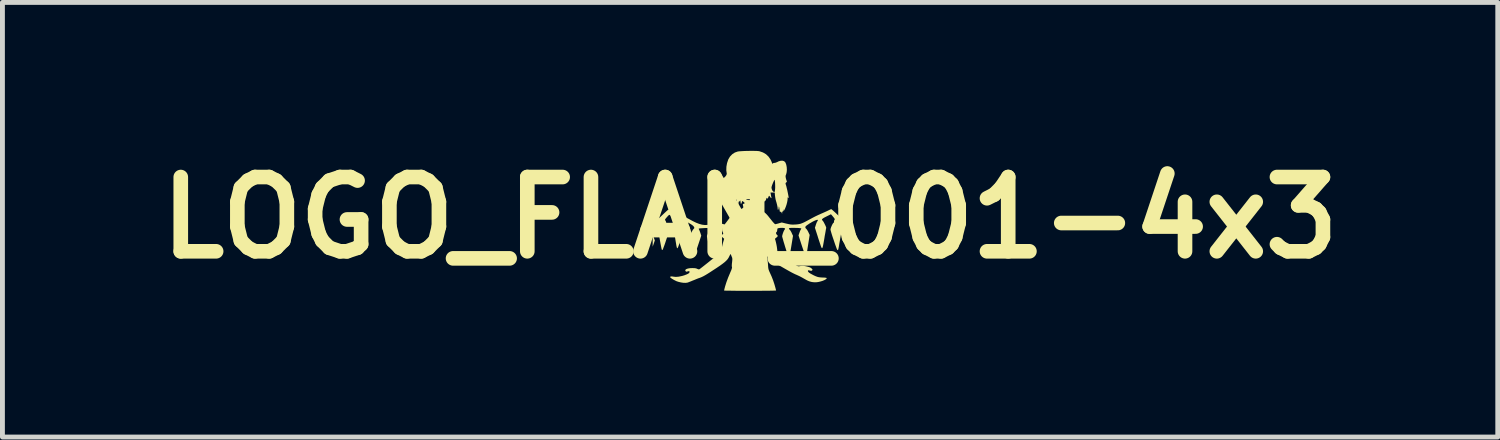
<source format=kicad_pcb>
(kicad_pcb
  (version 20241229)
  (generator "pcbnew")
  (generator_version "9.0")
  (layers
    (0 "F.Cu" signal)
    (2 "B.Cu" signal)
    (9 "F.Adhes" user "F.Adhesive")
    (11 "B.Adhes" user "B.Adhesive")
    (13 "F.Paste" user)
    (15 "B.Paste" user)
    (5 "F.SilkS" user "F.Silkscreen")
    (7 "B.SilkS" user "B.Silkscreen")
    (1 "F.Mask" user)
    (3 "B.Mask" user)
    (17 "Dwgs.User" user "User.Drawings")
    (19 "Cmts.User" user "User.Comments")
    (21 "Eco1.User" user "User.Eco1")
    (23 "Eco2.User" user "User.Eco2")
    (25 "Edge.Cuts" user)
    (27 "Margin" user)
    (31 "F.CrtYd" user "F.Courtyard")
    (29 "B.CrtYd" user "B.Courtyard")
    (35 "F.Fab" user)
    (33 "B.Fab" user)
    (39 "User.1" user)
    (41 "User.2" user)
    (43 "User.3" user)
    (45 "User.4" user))
  (footprint "LOGO_FLAN_001-4x3"
    (layer "F.Cu")
    (at 12.344 1.418)
    (property "Reference" "LOGO_FLAN_001-4x3" (at 0 0 0) (layer "F.SilkS") (effects (font (size 1.524 1.524) (thickness 0.3))))
    (attr through_hole)
    (fp_poly (pts (xy -1.977 0.402) (xy -1.955 0.467) (xy -1.977 0.532) (xy -1.999 0.596) (xy -1.999 0.467) (xy -1.999 0.338)) (stroke (width 0) (type solid)) (fill yes) (layer "F.SilkS"))
    (fp_poly (pts (xy 1.998 0.398) (xy 1.999 0.44) (xy 1.999 0.484) (xy 1.998 0.515) (xy 1.996 0.571) (xy 1.982 0.534) (xy 1.97 0.499) (xy 1.964 0.474) (xy 1.963 0.451) (xy 1.968 0.426) (xy 1.977 0.398) (xy 1.996 0.338)) (stroke (width 0) (type solid)) (fill yes) (layer "F.SilkS"))
    (fp_poly (pts (xy 0.09 -1.371) (xy 0.137 -1.37) (xy 0.173 -1.367) (xy 0.192 -1.364) (xy 0.265 -1.339) (xy 0.328 -1.302) (xy 0.38 -1.252) (xy 0.421 -1.191) (xy 0.425 -1.182) (xy 0.438 -1.154) (xy 0.447 -1.132) (xy 0.45 -1.119) (xy 0.45 -1.119) (xy 0.455 -1.11) (xy 0.466 -1.111) (xy 0.471 -1.117) (xy 0.482 -1.123) (xy 0.502 -1.125) (xy 0.503 -1.125) (xy 0.528 -1.13) (xy 0.554 -1.141) (xy 0.557 -1.142) (xy 0.582 -1.155) (xy 0.614 -1.165) (xy 0.625 -1.168) (xy 0.666 -1.17) (xy 0.7 -1.159) (xy 0.724 -1.134) (xy 0.728 -1.127) (xy 0.743 -1.086) (xy 0.752 -1.037) (xy 0.755 -0.984) (xy 0.751 -0.935) (xy 0.741 -0.893) (xy 0.736 -0.881) (xy 0.729 -0.862) (xy 0.729 -0.84) (xy 0.733 -0.816) (xy 0.74 -0.788) (xy 0.748 -0.764) (xy 0.751 -0.756) (xy 0.756 -0.742) (xy 0.748 -0.729) (xy 0.742 -0.724) (xy 0.731 -0.714) (xy 0.728 -0.704) (xy 0.73 -0.689) (xy 0.737 -0.669) (xy 0.744 -0.645) (xy 0.752 -0.611) (xy 0.762 -0.571) (xy 0.771 -0.528) (xy 0.779 -0.487) (xy 0.786 -0.451) (xy 0.791 -0.424) (xy 0.792 -0.413) (xy 0.791 -0.402) (xy 0.786 -0.405) (xy 0.781 -0.412) (xy 0.775 -0.418) (xy 0.771 -0.414) (xy 0.77 -0.397) (xy 0.77 -0.382) (xy 0.767 -0.351) (xy 0.759 -0.31) (xy 0.747 -0.265) (xy 0.732 -0.222) (xy 0.717 -0.185) (xy 0.707 -0.165) (xy 0.696 -0.146) (xy 0.691 -0.132) (xy 0.688 -0.132) (xy 0.685 -0.144) (xy 0.683 -0.15) (xy 0.677 -0.179) (xy 0.676 -0.152) (xy 0.673 -0.134) (xy 0.667 -0.125) (xy 0.667 -0.125) (xy 0.66 -0.118) (xy 0.658 -0.102) (xy 0.658 -0.079) (xy 0.648 -0.103) (xy 0.636 -0.122) (xy 0.625 -0.125) (xy 0.616 -0.116) (xy 0.613 -0.119) (xy 0.609 -0.135) (xy 0.605 -0.161) (xy 0.604 -0.166) (xy 0.6 -0.198) (xy 0.596 -0.22) (xy 0.592 -0.229) (xy 0.588 -0.224) (xy 0.587 -0.203) (xy 0.584 -0.182) (xy 0.579 -0.167) (xy 0.572 -0.162) (xy 0.568 -0.168) (xy 0.567 -0.181) (xy 0.564 -0.216) (xy 0.555 -0.261) (xy 0.542 -0.311) (xy 0.532 -0.344) (xy 0.523 -0.378) (xy 0.516 -0.419) (xy 0.511 -0.454) (xy 0.506 -0.517) (xy 0.419 -0.517) (xy 0.426 -0.477) (xy 0.431 -0.449) (xy 0.436 -0.425) (xy 0.438 -0.419) (xy 0.439 -0.403) (xy 0.433 -0.402) (xy 0.42 -0.414) (xy 0.412 -0.425) (xy 0.4 -0.442) (xy 0.391 -0.45) (xy 0.39 -0.45) (xy 0.384 -0.443) (xy 0.377 -0.426) (xy 0.375 -0.421) (xy 0.367 -0.402) (xy 0.358 -0.392) (xy 0.351 -0.393) (xy 0.35 -0.4) (xy 0.347 -0.409) (xy 0.341 -0.406) (xy 0.333 -0.392) (xy 0.329 -0.377) (xy 0.322 -0.358) (xy 0.315 -0.349) (xy 0.313 -0.349) (xy 0.304 -0.344) (xy 0.299 -0.336) (xy 0.294 -0.327) (xy 0.29 -0.332) (xy 0.287 -0.34) (xy 0.279 -0.356) (xy 0.271 -0.355) (xy 0.263 -0.338) (xy 0.258 -0.323) (xy 0.251 -0.296) (xy 0.243 -0.271) (xy 0.242 -0.267) (xy 0.237 -0.255) (xy 0.235 -0.257) (xy 0.234 -0.274) (xy 0.233 -0.279) (xy 0.232 -0.313) (xy 0.221 -0.279) (xy 0.211 -0.246) (xy 0.207 -0.292) (xy 0.204 -0.338) (xy 0.19 -0.313) (xy 0.181 -0.299) (xy 0.175 -0.298) (xy 0.175 -0.3) (xy 0.173 -0.307) (xy 0.166 -0.301) (xy 0.163 -0.298) (xy 0.152 -0.289) (xy 0.144 -0.295) (xy 0.142 -0.314) (xy 0.14 -0.326) (xy 0.132 -0.328) (xy 0.117 -0.324) (xy 0.101 -0.314) (xy 0.092 -0.302) (xy 0.091 -0.291) (xy 0.099 -0.286) (xy 0.108 -0.288) (xy 0.124 -0.287) (xy 0.131 -0.274) (xy 0.129 -0.25) (xy 0.126 -0.241) (xy 0.121 -0.216) (xy 0.125 -0.204) (xy 0.136 -0.196) (xy 0.158 -0.184) (xy 0.188 -0.167) (xy 0.22 -0.151) (xy 0.251 -0.136) (xy 0.277 -0.122) (xy 0.298 -0.107) (xy 0.319 -0.09) (xy 0.34 -0.069) (xy 0.365 -0.041) (xy 0.395 -0.003) (xy 0.433 0.044) (xy 0.459 0.077) (xy 0.483 0.104) (xy 0.502 0.124) (xy 0.514 0.133) (xy 0.516 0.133) (xy 0.53 0.131) (xy 0.555 0.125) (xy 0.586 0.117) (xy 0.59 0.115) (xy 0.65 0.098) (xy 0.744 0.121) (xy 0.789 0.131) (xy 0.825 0.138) (xy 0.859 0.141) (xy 0.896 0.141) (xy 0.925 0.14) (xy 0.965 0.137) (xy 1 0.132) (xy 1.034 0.125) (xy 1.069 0.112) (xy 1.109 0.095) (xy 1.155 0.071) (xy 1.213 0.04) (xy 1.231 0.03) (xy 1.281 0.003) (xy 1.337 -0.026) (xy 1.393 -0.053) (xy 1.441 -0.074) (xy 1.444 -0.076) (xy 1.488 -0.095) (xy 1.533 -0.115) (xy 1.573 -0.133) (xy 1.602 -0.147) (xy 1.63 -0.161) (xy 1.653 -0.171) (xy 1.666 -0.175) (xy 1.667 -0.175) (xy 1.676 -0.17) (xy 1.694 -0.154) (xy 1.72 -0.131) (xy 1.752 -0.102) (xy 1.782 -0.073) (xy 1.822 -0.036) (xy 1.862 0.001) (xy 1.899 0.033) (xy 1.93 0.059) (xy 1.944 0.071) (xy 2 0.113) (xy 2 0.182) (xy 2 0.207) (xy 1.999 0.225) (xy 1.996 0.236) (xy 1.988 0.24) (xy 1.975 0.236) (xy 1.955 0.223) (xy 1.926 0.202) (xy 1.886 0.172) (xy 1.843 0.138) (xy 1.833 0.13) (xy 1.829 0.13) (xy 1.832 0.14) (xy 1.843 0.16) (xy 1.853 0.178) (xy 1.884 0.235) (xy 1.859 0.378) (xy 1.849 0.431) (xy 1.84 0.485) (xy 1.831 0.533) (xy 1.825 0.573) (xy 1.822 0.59) (xy 1.816 0.623) (xy 1.81 0.648) (xy 1.805 0.663) (xy 1.804 0.665) (xy 1.796 0.664) (xy 1.787 0.655) (xy 1.781 0.643) (xy 1.771 0.617) (xy 1.758 0.581) (xy 1.742 0.537) (xy 1.726 0.489) (xy 1.709 0.438) (xy 1.692 0.389) (xy 1.677 0.342) (xy 1.665 0.302) (xy 1.656 0.27) (xy 1.651 0.251) (xy 1.65 0.246) (xy 1.653 0.225) (xy 1.662 0.197) (xy 1.675 0.166) (xy 1.689 0.137) (xy 1.701 0.116) (xy 1.71 0.108) (xy 1.722 0.094) (xy 1.722 0.081) (xy 1.724 0.06) (xy 1.731 0.048) (xy 1.737 0.039) (xy 1.738 0.029) (xy 1.732 0.016) (xy 1.717 -0.004) (xy 1.693 -0.033) (xy 1.689 -0.038) (xy 1.66 -0.071) (xy 1.567 -0.025) (xy 1.524 -0.003) (xy 1.496 0.014) (xy 1.48 0.028) (xy 1.475 0.04) (xy 1.481 0.052) (xy 1.488 0.059) (xy 1.499 0.072) (xy 1.513 0.095) (xy 1.528 0.124) (xy 1.543 0.154) (xy 1.555 0.181) (xy 1.562 0.202) (xy 1.563 0.21) (xy 1.56 0.221) (xy 1.555 0.246) (xy 1.549 0.283) (xy 1.541 0.328) (xy 1.531 0.381) (xy 1.526 0.415) (xy 1.515 0.479) (xy 1.506 0.529) (xy 1.499 0.566) (xy 1.493 0.592) (xy 1.488 0.609) (xy 1.484 0.619) (xy 1.48 0.624) (xy 1.475 0.625) (xy 1.475 0.625) (xy 1.472 0.624) (xy 1.468 0.618) (xy 1.463 0.607) (xy 1.455 0.589) (xy 1.446 0.562) (xy 1.433 0.524) (xy 1.417 0.475) (xy 1.396 0.411) (xy 1.387 0.381) (xy 1.331 0.207) (xy 1.35 0.145) (xy 1.361 0.114) (xy 1.371 0.089) (xy 1.38 0.075) (xy 1.381 0.074) (xy 1.39 0.06) (xy 1.39 0.048) (xy 1.381 0.042) (xy 1.381 0.042) (xy 1.361 0.047) (xy 1.33 0.059) (xy 1.292 0.077) (xy 1.252 0.1) (xy 1.211 0.124) (xy 1.205 0.129) (xy 1.171 0.152) (xy 1.149 0.169) (xy 1.137 0.183) (xy 1.133 0.194) (xy 1.133 0.196) (xy 1.14 0.216) (xy 1.15 0.225) (xy 1.161 0.237) (xy 1.176 0.259) (xy 1.192 0.288) (xy 1.195 0.294) (xy 1.223 0.354) (xy 1.191 0.556) (xy 1.18 0.626) (xy 1.172 0.68) (xy 1.165 0.722) (xy 1.159 0.751) (xy 1.154 0.771) (xy 1.15 0.783) (xy 1.146 0.787) (xy 1.142 0.787) (xy 1.138 0.783) (xy 1.138 0.782) (xy 1.132 0.772) (xy 1.122 0.747) (xy 1.109 0.711) (xy 1.094 0.667) (xy 1.076 0.615) (xy 1.06 0.567) (xy 0.994 0.363) (xy 1.014 0.305) (xy 1.025 0.275) (xy 1.037 0.249) (xy 1.046 0.234) (xy 1.046 0.233) (xy 1.052 0.224) (xy 1.049 0.219) (xy 1.033 0.216) (xy 1.02 0.214) (xy 0.995 0.211) (xy 0.959 0.21) (xy 0.917 0.209) (xy 0.891 0.208) (xy 0.85 0.209) (xy 0.822 0.21) (xy 0.806 0.214) (xy 0.798 0.219) (xy 0.797 0.221) (xy 0.8 0.234) (xy 0.809 0.242) (xy 0.82 0.254) (xy 0.835 0.276) (xy 0.851 0.305) (xy 0.853 0.312) (xy 0.881 0.372) (xy 0.846 0.586) (xy 0.834 0.658) (xy 0.824 0.715) (xy 0.816 0.758) (xy 0.808 0.788) (xy 0.802 0.807) (xy 0.796 0.814) (xy 0.791 0.813) (xy 0.788 0.81) (xy 0.784 0.799) (xy 0.776 0.775) (xy 0.765 0.74) (xy 0.751 0.698) (xy 0.736 0.649) (xy 0.72 0.599) (xy 0.705 0.548) (xy 0.69 0.5) (xy 0.678 0.457) (xy 0.668 0.422) (xy 0.661 0.397) (xy 0.658 0.386) (xy 0.658 0.386) (xy 0.661 0.364) (xy 0.669 0.334) (xy 0.68 0.302) (xy 0.692 0.273) (xy 0.703 0.252) (xy 0.708 0.246) (xy 0.719 0.23) (xy 0.715 0.219) (xy 0.695 0.211) (xy 0.661 0.208) (xy 0.658 0.208) (xy 0.626 0.209) (xy 0.597 0.212) (xy 0.584 0.214) (xy 0.567 0.219) (xy 0.56 0.229) (xy 0.558 0.25) (xy 0.553 0.28) (xy 0.543 0.295) (xy 0.532 0.307) (xy 0.532 0.318) (xy 0.539 0.334) (xy 0.549 0.351) (xy 0.558 0.358) (xy 0.559 0.358) (xy 0.565 0.365) (xy 0.567 0.375) (xy 0.559 0.392) (xy 0.538 0.409) (xy 0.537 0.41) (xy 0.517 0.425) (xy 0.512 0.438) (xy 0.512 0.439) (xy 0.522 0.47) (xy 0.532 0.511) (xy 0.542 0.557) (xy 0.55 0.602) (xy 0.555 0.641) (xy 0.556 0.649) (xy 0.559 0.681) (xy 0.563 0.701) (xy 0.57 0.714) (xy 0.581 0.722) (xy 0.583 0.723) (xy 0.618 0.746) (xy 0.664 0.777) (xy 0.715 0.812) (xy 0.77 0.851) (xy 0.821 0.888) (xy 0.87 0.925) (xy 0.908 0.952) (xy 0.937 0.972) (xy 0.959 0.986) (xy 0.976 0.993) (xy 0.99 0.997) (xy 1.005 0.997) (xy 1.021 0.994) (xy 1.032 0.992) (xy 1.065 0.988) (xy 1.095 0.988) (xy 1.131 0.994) (xy 1.143 0.996) (xy 1.187 1.007) (xy 1.219 1.016) (xy 1.241 1.026) (xy 1.258 1.038) (xy 1.267 1.047) (xy 1.28 1.062) (xy 1.281 1.071) (xy 1.273 1.081) (xy 1.261 1.09) (xy 1.248 1.09) (xy 1.228 1.085) (xy 1.202 1.079) (xy 1.188 1.083) (xy 1.187 1.097) (xy 1.195 1.112) (xy 1.209 1.126) (xy 1.235 1.144) (xy 1.269 1.163) (xy 1.307 1.183) (xy 1.344 1.2) (xy 1.379 1.213) (xy 1.392 1.217) (xy 1.418 1.222) (xy 1.454 1.226) (xy 1.493 1.228) (xy 1.499 1.228) (xy 1.539 1.23) (xy 1.564 1.234) (xy 1.573 1.24) (xy 1.569 1.252) (xy 1.551 1.266) (xy 1.524 1.281) (xy 1.489 1.296) (xy 1.449 1.308) (xy 1.408 1.318) (xy 1.369 1.324) (xy 1.346 1.325) (xy 1.297 1.324) (xy 1.255 1.317) (xy 1.214 1.305) (xy 1.17 1.286) (xy 1.118 1.257) (xy 1.109 1.252) (xy 1.067 1.228) (xy 1.024 1.205) (xy 0.984 1.186) (xy 0.953 1.172) (xy 0.927 1.161) (xy 0.894 1.145) (xy 0.853 1.124) (xy 0.802 1.096) (xy 0.74 1.061) (xy 0.667 1.019) (xy 0.595 0.978) (xy 0.534 0.939) (xy 0.482 0.901) (xy 0.442 0.865) (xy 0.416 0.833) (xy 0.406 0.814) (xy 0.399 0.81) (xy 0.389 0.816) (xy 0.378 0.822) (xy 0.371 0.815) (xy 0.368 0.808) (xy 0.361 0.795) (xy 0.357 0.796) (xy 0.355 0.81) (xy 0.355 0.836) (xy 0.359 0.87) (xy 0.359 0.872) (xy 0.364 0.914) (xy 0.368 0.96) (xy 0.37 0.996) (xy 0.373 1.031) (xy 0.379 1.061) (xy 0.391 1.094) (xy 0.403 1.121) (xy 0.442 1.207) (xy 0.473 1.286) (xy 0.499 1.365) (xy 0.509 1.399) (xy 0.519 1.435) (xy 0.527 1.465) (xy 0.532 1.486) (xy 0.533 1.494) (xy 0.525 1.495) (xy 0.502 1.496) (xy 0.465 1.497) (xy 0.415 1.498) (xy 0.354 1.499) (xy 0.284 1.499) (xy 0.205 1.5) (xy 0.119 1.5) (xy 0.028 1.5) (xy 0 1.5) (xy -0.093 1.5) (xy -0.18 1.5) (xy -0.261 1.5) (xy -0.334 1.499) (xy -0.398 1.498) (xy -0.451 1.498) (xy -0.492 1.497) (xy -0.52 1.496) (xy -0.533 1.495) (xy -0.533 1.494) (xy -0.531 1.484) (xy -0.526 1.461) (xy -0.518 1.431) (xy -0.513 1.411) (xy -0.486 1.325) (xy -0.451 1.23) (xy -0.41 1.133) (xy -0.407 1.125) (xy -0.387 1.08) (xy -0.375 1.044) (xy -0.37 1.019) (xy -0.373 1.006) (xy -0.374 1.005) (xy -0.375 0.996) (xy -0.375 0.974) (xy -0.373 0.943) (xy -0.37 0.92) (xy -0.366 0.879) (xy -0.364 0.851) (xy -0.366 0.831) (xy -0.37 0.814) (xy -0.373 0.809) (xy -0.383 0.783) (xy -0.393 0.76) (xy -0.393 0.759) (xy -0.398 0.749) (xy -0.403 0.747) (xy -0.409 0.757) (xy -0.42 0.779) (xy -0.425 0.789) (xy -0.441 0.821) (xy -0.461 0.851) (xy -0.487 0.88) (xy -0.519 0.91) (xy -0.561 0.943) (xy -0.613 0.981) (xy -0.678 1.025) (xy -0.682 1.028) (xy -0.759 1.078) (xy -0.823 1.12) (xy -0.877 1.154) (xy -0.922 1.181) (xy -0.96 1.202) (xy -0.993 1.218) (xy -1.022 1.23) (xy -1.033 1.234) (xy -1.065 1.245) (xy -1.105 1.261) (xy -1.148 1.279) (xy -1.172 1.288) (xy -1.21 1.304) (xy -1.246 1.318) (xy -1.275 1.329) (xy -1.289 1.333) (xy -1.324 1.337) (xy -1.37 1.336) (xy -1.421 1.328) (xy -1.471 1.316) (xy -1.51 1.303) (xy -1.543 1.287) (xy -1.576 1.269) (xy -1.606 1.251) (xy -1.628 1.234) (xy -1.64 1.222) (xy -1.642 1.218) (xy -1.634 1.208) (xy -1.613 1.205) (xy -1.58 1.208) (xy -1.574 1.21) (xy -1.522 1.215) (xy -1.463 1.21) (xy -1.393 1.195) (xy -1.352 1.183) (xy -1.302 1.164) (xy -1.267 1.147) (xy -1.248 1.13) (xy -1.242 1.113) (xy -1.246 1.099) (xy -1.261 1.097) (xy -1.282 1.102) (xy -1.302 1.108) (xy -1.315 1.105) (xy -1.321 1.099) (xy -1.331 1.082) (xy -1.325 1.067) (xy -1.306 1.053) (xy -1.275 1.043) (xy -1.234 1.036) (xy -1.187 1.034) (xy -1.144 1.035) (xy -1.113 1.039) (xy -1.089 1.047) (xy -1.085 1.05) (xy -1.061 1.059) (xy -1.045 1.06) (xy -1.037 1.056) (xy -1.027 1.049) (xy -1.005 1.032) (xy -0.974 1.008) (xy -0.936 0.978) (xy -0.893 0.944) (xy -0.85 0.91) (xy -0.802 0.871) (xy -0.755 0.835) (xy -0.713 0.802) (xy -0.677 0.775) (xy -0.651 0.755) (xy -0.637 0.745) (xy -0.594 0.718) (xy -0.585 0.648) (xy -0.577 0.605) (xy -0.566 0.555) (xy -0.555 0.51) (xy -0.553 0.505) (xy -0.532 0.432) (xy -0.562 0.407) (xy -0.583 0.388) (xy -0.59 0.373) (xy -0.584 0.359) (xy -0.569 0.345) (xy -0.554 0.332) (xy -0.551 0.321) (xy -0.557 0.306) (xy -0.56 0.3) (xy -0.571 0.273) (xy -0.575 0.246) (xy -0.575 0.219) (xy -0.627 0.213) (xy -0.672 0.211) (xy -0.705 0.213) (xy -0.723 0.221) (xy -0.728 0.232) (xy -0.716 0.248) (xy -0.716 0.249) (xy -0.705 0.265) (xy -0.691 0.292) (xy -0.679 0.323) (xy -0.679 0.325) (xy -0.659 0.384) (xy -0.717 0.58) (xy -0.733 0.635) (xy -0.748 0.685) (xy -0.761 0.727) (xy -0.772 0.761) (xy -0.779 0.782) (xy -0.781 0.788) (xy -0.787 0.795) (xy -0.792 0.794) (xy -0.798 0.786) (xy -0.804 0.767) (xy -0.812 0.738) (xy -0.822 0.696) (xy -0.834 0.64) (xy -0.846 0.578) (xy -0.886 0.376) (xy -0.863 0.321) (xy -0.848 0.29) (xy -0.832 0.263) (xy -0.818 0.246) (xy -0.798 0.227) (xy -0.816 0.217) (xy -0.832 0.213) (xy -0.858 0.211) (xy -0.897 0.211) (xy -0.94 0.213) (xy -0.988 0.216) (xy -1.021 0.218) (xy -1.042 0.221) (xy -1.053 0.225) (xy -1.055 0.229) (xy -1.051 0.236) (xy -1.051 0.236) (xy -1.045 0.249) (xy -1.035 0.272) (xy -1.024 0.302) (xy -1.022 0.307) (xy -1.002 0.368) (xy -1.068 0.566) (xy -1.09 0.632) (xy -1.107 0.683) (xy -1.121 0.722) (xy -1.132 0.75) (xy -1.14 0.769) (xy -1.146 0.779) (xy -1.15 0.783) (xy -1.154 0.782) (xy -1.156 0.781) (xy -1.159 0.771) (xy -1.164 0.747) (xy -1.171 0.711) (xy -1.18 0.666) (xy -1.189 0.613) (xy -1.197 0.568) (xy -1.231 0.363) (xy -1.204 0.303) (xy -1.189 0.273) (xy -1.174 0.248) (xy -1.161 0.233) (xy -1.16 0.232) (xy -1.145 0.215) (xy -1.147 0.194) (xy -1.165 0.17) (xy -1.187 0.152) (xy -1.213 0.134) (xy -1.247 0.114) (xy -1.283 0.094) (xy -1.319 0.076) (xy -1.351 0.061) (xy -1.375 0.052) (xy -1.385 0.05) (xy -1.398 0.055) (xy -1.398 0.068) (xy -1.389 0.083) (xy -1.38 0.097) (xy -1.37 0.122) (xy -1.359 0.152) (xy -1.359 0.153) (xy -1.34 0.209) (xy -1.404 0.398) (xy -1.428 0.467) (xy -1.447 0.522) (xy -1.462 0.563) (xy -1.473 0.593) (xy -1.482 0.613) (xy -1.488 0.624) (xy -1.494 0.627) (xy -1.498 0.623) (xy -1.502 0.615) (xy -1.504 0.611) (xy -1.507 0.597) (xy -1.513 0.57) (xy -1.519 0.531) (xy -1.527 0.486) (xy -1.535 0.436) (xy -1.543 0.385) (xy -1.551 0.335) (xy -1.557 0.289) (xy -1.563 0.252) (xy -1.566 0.224) (xy -1.567 0.212) (xy -1.562 0.184) (xy -1.549 0.149) (xy -1.53 0.112) (xy -1.508 0.079) (xy -1.503 0.072) (xy -1.49 0.054) (xy -1.483 0.04) (xy -1.483 0.038) (xy -1.49 0.031) (xy -1.51 0.018) (xy -1.538 0.002) (xy -1.572 -0.016) (xy -1.66 -0.06) (xy -1.681 -0.04) (xy -1.699 -0.021) (xy -1.72 0.003) (xy -1.727 0.011) (xy -1.741 0.03) (xy -1.746 0.042) (xy -1.743 0.052) (xy -1.738 0.057) (xy -1.728 0.076) (xy -1.725 0.089) (xy -1.719 0.107) (xy -1.709 0.12) (xy -1.698 0.136) (xy -1.685 0.163) (xy -1.673 0.195) (xy -1.663 0.226) (xy -1.658 0.25) (xy -1.658 0.254) (xy -1.661 0.266) (xy -1.668 0.292) (xy -1.679 0.328) (xy -1.693 0.371) (xy -1.709 0.419) (xy -1.726 0.469) (xy -1.742 0.518) (xy -1.758 0.564) (xy -1.773 0.603) (xy -1.784 0.634) (xy -1.792 0.653) (xy -1.794 0.657) (xy -1.805 0.663) (xy -1.81 0.66) (xy -1.813 0.65) (xy -1.819 0.627) (xy -1.826 0.592) (xy -1.834 0.55) (xy -1.843 0.502) (xy -1.852 0.452) (xy -1.861 0.401) (xy -1.869 0.354) (xy -1.876 0.313) (xy -1.881 0.28) (xy -1.883 0.258) (xy -1.883 0.254) (xy -1.88 0.234) (xy -1.87 0.208) (xy -1.863 0.192) (xy -1.851 0.168) (xy -1.843 0.152) (xy -1.842 0.146) (xy -1.848 0.149) (xy -1.864 0.16) (xy -1.886 0.178) (xy -1.896 0.185) (xy -1.925 0.208) (xy -1.952 0.228) (xy -1.972 0.242) (xy -1.975 0.244) (xy -2 0.26) (xy -2 0.12) (xy -1.96 0.091) (xy -1.942 0.076) (xy -1.914 0.052) (xy -1.88 0.021) (xy -1.842 -0.015) (xy -1.803 -0.052) (xy -1.766 -0.087) (xy -1.733 -0.118) (xy -1.706 -0.143) (xy -1.686 -0.16) (xy -1.676 -0.167) (xy -1.676 -0.167) (xy -1.664 -0.163) (xy -1.642 -0.154) (xy -1.619 -0.143) (xy -1.593 -0.131) (xy -1.556 -0.114) (xy -1.513 -0.095) (xy -1.468 -0.076) (xy -1.458 -0.071) (xy -1.408 -0.049) (xy -1.354 -0.024) (xy -1.302 0.002) (xy -1.259 0.025) (xy -1.258 0.025) (xy -1.177 0.069) (xy -1.107 0.103) (xy -1.044 0.127) (xy -0.986 0.143) (xy -0.93 0.15) (xy -0.874 0.148) (xy -0.814 0.14) (xy -0.749 0.124) (xy -0.713 0.113) (xy -0.692 0.107) (xy -0.674 0.105) (xy -0.654 0.106) (xy -0.628 0.111) (xy -0.597 0.119) (xy -0.523 0.138) (xy -0.497 0.106) (xy -0.481 0.085) (xy -0.459 0.056) (xy -0.434 0.022) (xy -0.416 -0.002) (xy -0.373 -0.057) (xy -0.329 -0.099) (xy -0.28 -0.132) (xy -0.225 -0.158) (xy -0.196 -0.171) (xy -0.169 -0.185) (xy -0.157 -0.193) (xy -0.143 -0.204) (xy -0.139 -0.216) (xy -0.142 -0.235) (xy -0.144 -0.242) (xy -0.149 -0.266) (xy -0.147 -0.279) (xy -0.136 -0.285) (xy -0.128 -0.287) (xy -0.113 -0.293) (xy -0.113 -0.305) (xy -0.128 -0.321) (xy -0.132 -0.324) (xy -0.152 -0.338) (xy -0.163 -0.341) (xy -0.167 -0.333) (xy -0.167 -0.327) (xy -0.171 -0.309) (xy -0.178 -0.293) (xy -0.185 -0.283) (xy -0.189 -0.283) (xy -0.192 -0.295) (xy -0.195 -0.318) (xy -0.199 -0.343) (xy -0.202 -0.354) (xy -0.206 -0.352) (xy -0.212 -0.343) (xy -0.221 -0.33) (xy -0.226 -0.333) (xy -0.227 -0.334) (xy -0.23 -0.334) (xy -0.234 -0.32) (xy -0.237 -0.305) (xy -0.243 -0.27) (xy -0.249 -0.249) (xy -0.253 -0.243) (xy -0.257 -0.253) (xy -0.258 -0.275) (xy -0.259 -0.301) (xy -0.26 -0.312) (xy -0.264 -0.31) (xy -0.27 -0.297) (xy -0.271 -0.296) (xy -0.282 -0.271) (xy -0.283 -0.292) (xy -0.287 -0.31) (xy -0.297 -0.313) (xy -0.31 -0.304) (xy -0.318 -0.288) (xy -0.323 -0.276) (xy -0.326 -0.274) (xy -0.329 -0.282) (xy -0.332 -0.304) (xy -0.335 -0.325) (xy -0.339 -0.356) (xy -0.339 -0.356) (xy -0.291 -0.356) (xy -0.289 -0.336) (xy -0.285 -0.326) (xy -0.283 -0.325) (xy -0.276 -0.332) (xy -0.276 -0.336) (xy -0.279 -0.351) (xy -0.283 -0.367) (xy -0.287 -0.378) (xy -0.081 -0.378) (xy -0.081 -0.374) (xy -0.072 -0.37) (xy -0.07 -0.369) (xy -0.047 -0.363) (xy -0.014 -0.361) (xy 0.02 -0.363) (xy 0.049 -0.368) (xy 0.062 -0.373) (xy 0.061 -0.376) (xy 0.044 -0.379) (xy 0.012 -0.38) (xy -0.01 -0.38) (xy -0.047 -0.38) (xy -0.07 -0.379) (xy -0.081 -0.378) (xy -0.287 -0.378) (xy -0.288 -0.378) (xy -0.29 -0.376) (xy -0.291 -0.359) (xy -0.291 -0.356) (xy -0.339 -0.356) (xy -0.344 -0.381) (xy -0.349 -0.394) (xy -0.35 -0.395) (xy -0.357 -0.397) (xy -0.358 -0.389) (xy -0.361 -0.376) (xy -0.368 -0.378) (xy -0.378 -0.395) (xy -0.386 -0.413) (xy -0.396 -0.434) (xy -0.405 -0.448) (xy -0.408 -0.45) (xy -0.416 -0.444) (xy -0.425 -0.429) (xy -0.435 -0.415) (xy -0.441 -0.415) (xy -0.443 -0.431) (xy -0.443 -0.46) (xy -0.441 -0.482) (xy -0.443 -0.494) (xy -0.45 -0.498) (xy -0.466 -0.495) (xy -0.495 -0.488) (xy -0.5 -0.486) (xy -0.511 -0.484) (xy -0.513 -0.487) (xy -0.505 -0.498) (xy -0.489 -0.516) (xy -0.463 -0.547) (xy -0.449 -0.57) (xy -0.446 -0.588) (xy -0.452 -0.604) (xy -0.455 -0.607) (xy -0.469 -0.624) (xy -0.484 -0.606) (xy -0.494 -0.595) (xy -0.503 -0.593) (xy -0.518 -0.602) (xy -0.522 -0.604) (xy -0.543 -0.619) (xy -0.551 -0.625) (xy 0.44 -0.625) (xy 0.44 -0.61) (xy 0.444 -0.593) (xy 0.446 -0.584) (xy 0.462 -0.55) (xy 0.485 -0.53) (xy 0.501 -0.526) (xy 0.505 -0.533) (xy 0.509 -0.553) (xy 0.513 -0.58) (xy 0.513 -0.581) (xy 0.515 -0.613) (xy 0.515 -0.651) (xy 0.514 -0.691) (xy 0.512 -0.728) (xy 0.508 -0.757) (xy 0.504 -0.775) (xy 0.503 -0.777) (xy 0.498 -0.774) (xy 0.489 -0.757) (xy 0.477 -0.731) (xy 0.466 -0.705) (xy 0.452 -0.668) (xy 0.444 -0.643) (xy 0.44 -0.625) (xy -0.551 -0.625) (xy -0.568 -0.638) (xy -0.595 -0.659) (xy -0.62 -0.68) (xy -0.639 -0.696) (xy -0.649 -0.707) (xy -0.65 -0.709) (xy -0.644 -0.718) (xy -0.633 -0.729) (xy -0.621 -0.749) (xy -0.617 -0.767) (xy -0.615 -0.782) (xy -0.605 -0.79) (xy -0.585 -0.795) (xy -0.558 -0.805) (xy -0.531 -0.823) (xy -0.506 -0.847) (xy -0.488 -0.873) (xy -0.479 -0.896) (xy -0.479 -0.907) (xy -0.488 -0.973) (xy -0.486 -1.046) (xy -0.473 -1.119) (xy -0.45 -1.188) (xy -0.447 -1.197) (xy -0.412 -1.255) (xy -0.366 -1.303) (xy -0.312 -1.338) (xy -0.254 -1.358) (xy -0.226 -1.362) (xy -0.185 -1.365) (xy -0.136 -1.368) (xy -0.08 -1.37) (xy -0.021 -1.371) (xy 0.036 -1.372)) (stroke (width 0) (type solid)) (fill yes) (layer "F.SilkS")))
  (gr_rect
    (start -3 -3)
    (end 27.689 5.919)
    (stroke (width 0.1) (type default))
    (fill no)
    (layer "Edge.Cuts")))
</source>
